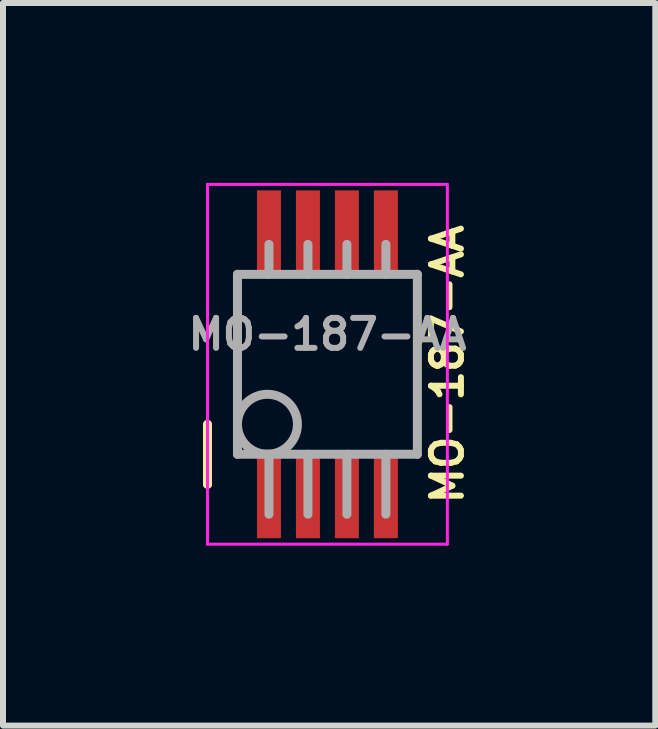
<source format=kicad_pcb>
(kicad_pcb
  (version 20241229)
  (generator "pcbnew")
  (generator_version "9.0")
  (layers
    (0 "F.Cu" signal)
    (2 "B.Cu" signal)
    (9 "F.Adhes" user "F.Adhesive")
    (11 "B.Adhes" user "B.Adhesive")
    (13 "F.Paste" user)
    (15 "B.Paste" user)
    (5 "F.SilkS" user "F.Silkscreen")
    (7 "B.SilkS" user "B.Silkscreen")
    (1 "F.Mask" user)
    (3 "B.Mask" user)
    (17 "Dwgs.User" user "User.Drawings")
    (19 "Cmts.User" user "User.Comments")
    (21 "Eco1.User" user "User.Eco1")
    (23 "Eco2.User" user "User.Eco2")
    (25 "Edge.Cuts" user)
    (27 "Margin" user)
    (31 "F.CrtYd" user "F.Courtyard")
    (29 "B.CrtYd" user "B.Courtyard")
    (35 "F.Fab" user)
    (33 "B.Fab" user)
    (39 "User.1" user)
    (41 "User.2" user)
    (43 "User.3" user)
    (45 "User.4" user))
  (footprint "MO-187-AA"
    (layer "F.Cu")
    (at 2.41 3.025)
    (property "Reference" "MO-187-AA" (at 2 0 90) (layer "F.SilkS") (effects (font (size 0.5 0.5) (thickness 0.1))))
    (attr smd)
    (fp_line (start -2 1) (end -2 2) (stroke (width 0.15) (type solid)) (layer "F.SilkS"))
    (fp_line (start -2 2) (end -2 2) (stroke (width 0.15) (type solid)) (layer "F.SilkS"))
    (fp_line (start -2 -3) (end 2 -3) (stroke (width 0.05) (type solid)) (layer "F.CrtYd"))
    (fp_line (start -2 3) (end -2 -3) (stroke (width 0.05) (type solid)) (layer "F.CrtYd"))
    (fp_line (start 2 -3) (end 2 3) (stroke (width 0.05) (type solid)) (layer "F.CrtYd"))
    (fp_line (start 2 3) (end -2 3) (stroke (width 0.05) (type solid)) (layer "F.CrtYd"))
    (fp_line (start -1.5 -1.5) (end 1.5 -1.5) (stroke (width 0.15) (type solid)) (layer "F.Fab"))
    (fp_line (start -1.5 1.5) (end -1.5 -1.5) (stroke (width 0.15) (type solid)) (layer "F.Fab"))
    (fp_line (start -0.975 -2) (end -0.975 -1.5) (stroke (width 0.15) (type solid)) (layer "F.Fab"))
    (fp_line (start -0.975 1.5) (end -0.975 2.5) (stroke (width 0.15) (type solid)) (layer "F.Fab"))
    (fp_line (start -0.325 -2) (end -0.325 -1.5) (stroke (width 0.15) (type solid)) (layer "F.Fab"))
    (fp_line (start -0.325 1.5) (end -0.325 2.5) (stroke (width 0.15) (type solid)) (layer "F.Fab"))
    (fp_line (start 0.325 -2) (end 0.325 -1.5) (stroke (width 0.15) (type solid)) (layer "F.Fab"))
    (fp_line (start 0.325 1.5) (end 0.325 2.5) (stroke (width 0.15) (type solid)) (layer "F.Fab"))
    (fp_line (start 0.975 -2) (end 0.975 -1.5) (stroke (width 0.15) (type solid)) (layer "F.Fab"))
    (fp_line (start 0.975 1.5) (end 0.975 2.5) (stroke (width 0.15) (type solid)) (layer "F.Fab"))
    (fp_line (start 1.5 -1.5) (end 1.5 1.5) (stroke (width 0.15) (type solid)) (layer "F.Fab"))
    (fp_line (start 1.5 1.5) (end -1.5 1.5) (stroke (width 0.15) (type solid)) (layer "F.Fab"))
    (fp_circle (center -1 1) (end -1.5 1) (stroke (width 0.15) (type solid)) (fill no) (layer "F.Fab"))
    (fp_text user "${REFERENCE}" (at 0 -0.5 0) (layer "F.Fab") (effects (font (size 0.5 0.5) (thickness 0.1))))
    (pad "1" smd rect (at -0.975 2.2) (size 0.4 1.4) (layers "F.Cu" "F.Mask" "F.Paste"))
    (pad "2" smd rect (at -0.325 2.2) (size 0.4 1.4) (layers "F.Cu" "F.Mask" "F.Paste"))
    (pad "3" smd rect (at 0.325 2.2) (size 0.4 1.4) (layers "F.Cu" "F.Mask" "F.Paste"))
    (pad "4" smd rect (at 0.975 2.2) (size 0.4 1.4) (layers "F.Cu" "F.Mask" "F.Paste"))
    (pad "5" smd rect (at 0.975 -2.2) (size 0.4 1.4) (layers "F.Cu" "F.Mask" "F.Paste"))
    (pad "6" smd rect (at 0.325 -2.2) (size 0.4 1.4) (layers "F.Cu" "F.Mask" "F.Paste"))
    (pad "7" smd rect (at -0.325 -2.2) (size 0.4 1.4) (layers "F.Cu" "F.Mask" "F.Paste"))
    (pad "8" smd rect (at -0.975 -2.2) (size 0.4 1.4) (layers "F.Cu" "F.Mask" "F.Paste")))
  (gr_rect
    (start -3 -3)
    (end 7.878 9.05)
    (stroke (width 0.1) (type default))
    (fill no)
    (layer "Edge.Cuts")))
</source>
